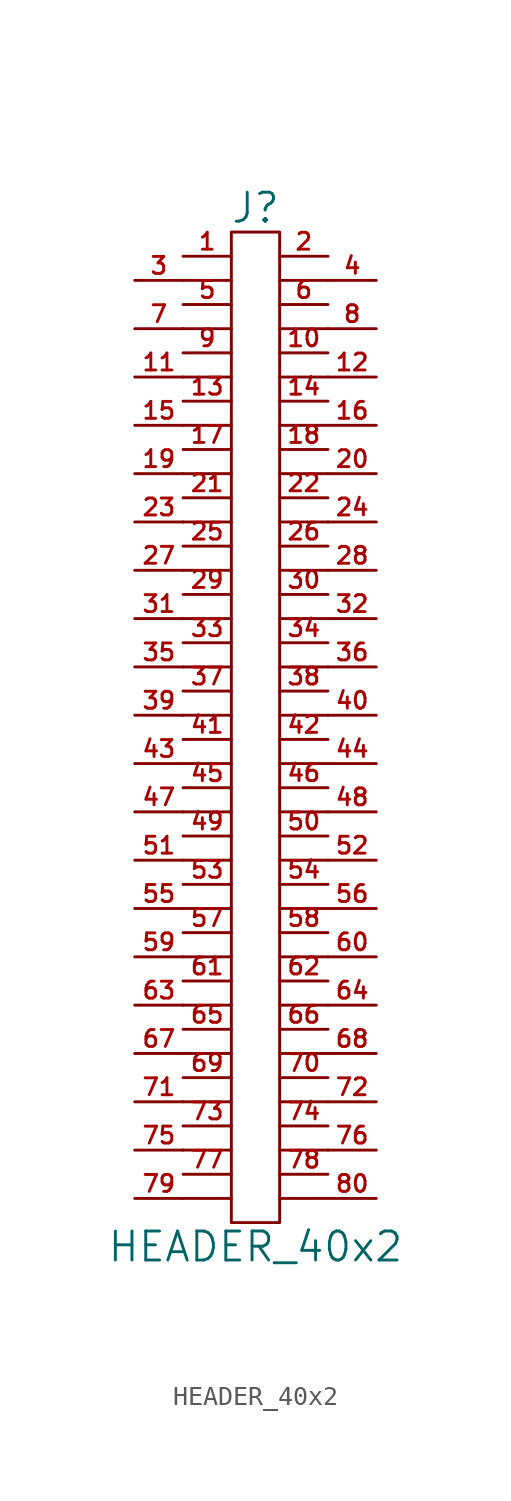
<source format=kicad_sym>
(kicad_symbol_lib
  (version 20201005)
  (generator kicad_symbol_editor)
  (symbol "HEADER_40x2"
    (pin_names
      (offset 0))
    (property "Reference" "J"
      (at 0 26.67 0)
      (effects (font (size 1.524 1.524))))
    (property "Value" "HEADER_40x2"
      (at 0 -27.94 0)
      (effects (font (size 1.524 1.524))))
    (property "Footprint" ""
      (at 0 0 0)
      (effects (font (size 1.524 1.524))))
    (property "Datasheet" ""
      (at 0 0 0)
      (effects (font (size 1.524 1.524))))
    (symbol "HEADER_40x2_0_1"
      (rectangle (start -1.27 25.4) (end 1.27 -26.67) (stroke (width 0)) (fill (type none)))
      (polyline (pts (xy -3.81 -25.4) (xy -1.27 -25.4)) (stroke (width 0)) (fill (type none)))
      (polyline (pts (xy -3.81 -22.86) (xy -1.27 -22.86)) (stroke (width 0)) (fill (type none)))
      (polyline (pts (xy -3.81 -20.32) (xy -1.27 -20.32)) (stroke (width 0)) (fill (type none)))
      (polyline (pts (xy -3.81 -17.78) (xy -1.27 -17.78)) (stroke (width 0)) (fill (type none)))
      (polyline (pts (xy -3.81 -15.24) (xy -1.27 -15.24)) (stroke (width 0)) (fill (type none)))
      (polyline (pts (xy -3.81 -12.7) (xy -1.27 -12.7)) (stroke (width 0)) (fill (type none)))
      (polyline (pts (xy -3.81 -10.16) (xy -1.27 -10.16)) (stroke (width 0)) (fill (type none)))
      (polyline (pts (xy -3.81 -7.62) (xy -1.27 -7.62)) (stroke (width 0)) (fill (type none)))
      (polyline (pts (xy -3.81 -5.08) (xy -1.27 -5.08)) (stroke (width 0)) (fill (type none)))
      (polyline (pts (xy -3.81 -2.54) (xy -1.27 -2.54)) (stroke (width 0)) (fill (type none)))
      (polyline (pts (xy -3.81 0) (xy -1.27 0)) (stroke (width 0)) (fill (type none)))
      (polyline (pts (xy -3.81 2.54) (xy -1.27 2.54)) (stroke (width 0)) (fill (type none)))
      (polyline (pts (xy -3.81 5.08) (xy -1.27 5.08)) (stroke (width 0)) (fill (type none)))
      (polyline (pts (xy -3.81 7.62) (xy -1.27 7.62)) (stroke (width 0)) (fill (type none)))
      (polyline (pts (xy -3.81 10.16) (xy -1.27 10.16)) (stroke (width 0)) (fill (type none)))
      (polyline (pts (xy -3.81 12.7) (xy -1.27 12.7)) (stroke (width 0)) (fill (type none)))
      (polyline (pts (xy -3.81 15.24) (xy -1.27 15.24)) (stroke (width 0)) (fill (type none)))
      (polyline (pts (xy -3.81 17.78) (xy -1.27 17.78)) (stroke (width 0)) (fill (type none)))
      (polyline (pts (xy -3.81 20.32) (xy -1.27 20.32)) (stroke (width 0)) (fill (type none)))
      (polyline (pts (xy -3.81 22.86) (xy -1.27 22.86)) (stroke (width 0)) (fill (type none)))
      (polyline (pts (xy 1.27 -25.4) (xy 3.81 -25.4)) (stroke (width 0)) (fill (type none)))
      (polyline (pts (xy 1.27 -22.86) (xy 3.81 -22.86)) (stroke (width 0)) (fill (type none)))
      (polyline (pts (xy 1.27 -20.32) (xy 3.81 -20.32)) (stroke (width 0)) (fill (type none)))
      (polyline (pts (xy 1.27 -17.78) (xy 3.81 -17.78)) (stroke (width 0)) (fill (type none)))
      (polyline (pts (xy 1.27 -15.24) (xy 3.81 -15.24)) (stroke (width 0)) (fill (type none)))
      (polyline (pts (xy 1.27 -12.7) (xy 3.81 -12.7)) (stroke (width 0)) (fill (type none)))
      (polyline (pts (xy 1.27 -10.16) (xy 3.81 -10.16)) (stroke (width 0)) (fill (type none)))
      (polyline (pts (xy 1.27 -7.62) (xy 3.81 -7.62)) (stroke (width 0)) (fill (type none)))
      (polyline (pts (xy 1.27 -5.08) (xy 3.81 -5.08)) (stroke (width 0)) (fill (type none)))
      (polyline (pts (xy 1.27 -2.54) (xy 3.81 -2.54)) (stroke (width 0)) (fill (type none)))
      (polyline (pts (xy 1.27 0) (xy 3.81 0)) (stroke (width 0)) (fill (type none)))
      (polyline (pts (xy 1.27 2.54) (xy 3.81 2.54)) (stroke (width 0)) (fill (type none)))
      (polyline (pts (xy 1.27 5.08) (xy 3.81 5.08)) (stroke (width 0)) (fill (type none)))
      (polyline (pts (xy 1.27 7.62) (xy 3.81 7.62)) (stroke (width 0)) (fill (type none)))
      (polyline (pts (xy 1.27 10.16) (xy 3.81 10.16)) (stroke (width 0)) (fill (type none)))
      (polyline (pts (xy 1.27 12.7) (xy 3.81 12.7)) (stroke (width 0)) (fill (type none)))
      (polyline (pts (xy 1.27 15.24) (xy 3.81 15.24)) (stroke (width 0)) (fill (type none)))
      (polyline (pts (xy 1.27 17.78) (xy 3.81 17.78)) (stroke (width 0)) (fill (type none)))
      (polyline (pts (xy 1.27 20.32) (xy 3.81 20.32)) (stroke (width 0)) (fill (type none)))
      (polyline (pts (xy 1.27 22.86) (xy 3.81 22.86)) (stroke (width 0)) (fill (type none))))
    (symbol "HEADER_40x2_1_1"
      (pin passive line (at -3.81 24.13 0) (length 2.54) (name "~" (effects (font (size 1.27 1.27)))) (number "1" (effects (font (size 0.889 0.889)))))
      (pin passive line (at 3.81 19.05 180) (length 2.54) (name "~" (effects (font (size 1.27 1.27)))) (number "10" (effects (font (size 0.889 0.889)))))
      (pin passive line (at -6.35 17.78 0) (length 2.54) (name "~" (effects (font (size 1.27 1.27)))) (number "11" (effects (font (size 0.889 0.889)))))
      (pin passive line (at 6.35 17.78 180) (length 2.54) (name "~" (effects (font (size 1.27 1.27)))) (number "12" (effects (font (size 0.889 0.889)))))
      (pin passive line (at -3.81 16.51 0) (length 2.54) (name "~" (effects (font (size 1.27 1.27)))) (number "13" (effects (font (size 0.889 0.889)))))
      (pin passive line (at 3.81 16.51 180) (length 2.54) (name "~" (effects (font (size 1.27 1.27)))) (number "14" (effects (font (size 0.889 0.889)))))
      (pin passive line (at -6.35 15.24 0) (length 2.54) (name "~" (effects (font (size 1.27 1.27)))) (number "15" (effects (font (size 0.889 0.889)))))
      (pin passive line (at 6.35 15.24 180) (length 2.54) (name "~" (effects (font (size 1.27 1.27)))) (number "16" (effects (font (size 0.889 0.889)))))
      (pin passive line (at -3.81 13.97 0) (length 2.54) (name "~" (effects (font (size 1.27 1.27)))) (number "17" (effects (font (size 0.889 0.889)))))
      (pin passive line (at 3.81 13.97 180) (length 2.54) (name "~" (effects (font (size 1.27 1.27)))) (number "18" (effects (font (size 0.889 0.889)))))
      (pin passive line (at -6.35 12.7 0) (length 2.54) (name "~" (effects (font (size 1.27 1.27)))) (number "19" (effects (font (size 0.889 0.889)))))
      (pin passive line (at 3.81 24.13 180) (length 2.54) (name "~" (effects (font (size 1.27 1.27)))) (number "2" (effects (font (size 0.889 0.889)))))
      (pin passive line (at 6.35 12.7 180) (length 2.54) (name "~" (effects (font (size 1.27 1.27)))) (number "20" (effects (font (size 0.889 0.889)))))
      (pin passive line (at -3.81 11.43 0) (length 2.54) (name "~" (effects (font (size 1.27 1.27)))) (number "21" (effects (font (size 0.889 0.889)))))
      (pin passive line (at 3.81 11.43 180) (length 2.54) (name "~" (effects (font (size 1.27 1.27)))) (number "22" (effects (font (size 0.889 0.889)))))
      (pin passive line (at -6.35 10.16 0) (length 2.54) (name "~" (effects (font (size 1.27 1.27)))) (number "23" (effects (font (size 0.889 0.889)))))
      (pin passive line (at 6.35 10.16 180) (length 2.54) (name "~" (effects (font (size 1.27 1.27)))) (number "24" (effects (font (size 0.889 0.889)))))
      (pin passive line (at -3.81 8.89 0) (length 2.54) (name "~" (effects (font (size 1.27 1.27)))) (number "25" (effects (font (size 0.889 0.889)))))
      (pin passive line (at 3.81 8.89 180) (length 2.54) (name "~" (effects (font (size 1.27 1.27)))) (number "26" (effects (font (size 0.889 0.889)))))
      (pin passive line (at -6.35 7.62 0) (length 2.54) (name "~" (effects (font (size 1.27 1.27)))) (number "27" (effects (font (size 0.889 0.889)))))
      (pin passive line (at 6.35 7.62 180) (length 2.54) (name "~" (effects (font (size 1.27 1.27)))) (number "28" (effects (font (size 0.889 0.889)))))
      (pin passive line (at -3.81 6.35 0) (length 2.54) (name "~" (effects (font (size 1.27 1.27)))) (number "29" (effects (font (size 0.889 0.889)))))
      (pin passive line (at -6.35 22.86 0) (length 2.54) (name "~" (effects (font (size 1.27 1.27)))) (number "3" (effects (font (size 0.889 0.889)))))
      (pin passive line (at 3.81 6.35 180) (length 2.54) (name "~" (effects (font (size 1.27 1.27)))) (number "30" (effects (font (size 0.889 0.889)))))
      (pin passive line (at -6.35 5.08 0) (length 2.54) (name "~" (effects (font (size 1.27 1.27)))) (number "31" (effects (font (size 0.889 0.889)))))
      (pin passive line (at 6.35 5.08 180) (length 2.54) (name "~" (effects (font (size 1.27 1.27)))) (number "32" (effects (font (size 0.889 0.889)))))
      (pin passive line (at -3.81 3.81 0) (length 2.54) (name "~" (effects (font (size 1.27 1.27)))) (number "33" (effects (font (size 0.889 0.889)))))
      (pin passive line (at 3.81 3.81 180) (length 2.54) (name "~" (effects (font (size 1.27 1.27)))) (number "34" (effects (font (size 0.889 0.889)))))
      (pin passive line (at -6.35 2.54 0) (length 2.54) (name "~" (effects (font (size 1.27 1.27)))) (number "35" (effects (font (size 0.889 0.889)))))
      (pin passive line (at 6.35 2.54 180) (length 2.54) (name "~" (effects (font (size 1.27 1.27)))) (number "36" (effects (font (size 0.889 0.889)))))
      (pin passive line (at -3.81 1.27 0) (length 2.54) (name "~" (effects (font (size 0.889 0.889)))) (number "37" (effects (font (size 0.889 0.889)))))
      (pin passive line (at 3.81 1.27 180) (length 2.54) (name "~" (effects (font (size 1.27 1.27)))) (number "38" (effects (font (size 0.889 0.889)))))
      (pin passive line (at -6.35 0 0) (length 2.54) (name "~" (effects (font (size 1.27 1.27)))) (number "39" (effects (font (size 0.889 0.889)))))
      (pin passive line (at 6.35 22.86 180) (length 2.54) (name "~" (effects (font (size 1.27 1.27)))) (number "4" (effects (font (size 0.889 0.889)))))
      (pin passive line (at 6.35 0 180) (length 2.54) (name "~" (effects (font (size 1.27 1.27)))) (number "40" (effects (font (size 0.889 0.889)))))
      (pin passive line (at -3.81 -1.27 0) (length 2.54) (name "~" (effects (font (size 1.27 1.27)))) (number "41" (effects (font (size 0.889 0.889)))))
      (pin passive line (at 3.81 -1.27 180) (length 2.54) (name "~" (effects (font (size 1.27 1.27)))) (number "42" (effects (font (size 0.889 0.889)))))
      (pin passive line (at -6.35 -2.54 0) (length 2.54) (name "~" (effects (font (size 1.27 1.27)))) (number "43" (effects (font (size 0.889 0.889)))))
      (pin passive line (at 6.35 -2.54 180) (length 2.54) (name "~" (effects (font (size 1.27 1.27)))) (number "44" (effects (font (size 0.889 0.889)))))
      (pin passive line (at -3.81 -3.81 0) (length 2.54) (name "~" (effects (font (size 1.27 1.27)))) (number "45" (effects (font (size 0.889 0.889)))))
      (pin passive line (at 3.81 -3.81 180) (length 2.54) (name "~" (effects (font (size 1.27 1.27)))) (number "46" (effects (font (size 0.889 0.889)))))
      (pin passive line (at -6.35 -5.08 0) (length 2.54) (name "~" (effects (font (size 1.27 1.27)))) (number "47" (effects (font (size 0.889 0.889)))))
      (pin passive line (at 6.35 -5.08 180) (length 2.54) (name "~" (effects (font (size 1.27 1.27)))) (number "48" (effects (font (size 0.889 0.889)))))
      (pin passive line (at -3.81 -6.35 0) (length 2.54) (name "~" (effects (font (size 1.27 1.27)))) (number "49" (effects (font (size 0.889 0.889)))))
      (pin passive line (at -3.81 21.59 0) (length 2.54) (name "~" (effects (font (size 1.27 1.27)))) (number "5" (effects (font (size 0.889 0.889)))))
      (pin passive line (at 3.81 -6.35 180) (length 2.54) (name "~" (effects (font (size 1.27 1.27)))) (number "50" (effects (font (size 0.889 0.889)))))
      (pin passive line (at -6.35 -7.62 0) (length 2.54) (name "~" (effects (font (size 1.27 1.27)))) (number "51" (effects (font (size 0.889 0.889)))))
      (pin passive line (at 6.35 -7.62 180) (length 2.54) (name "~" (effects (font (size 1.27 1.27)))) (number "52" (effects (font (size 0.889 0.889)))))
      (pin passive line (at -3.81 -8.89 0) (length 2.54) (name "~" (effects (font (size 1.27 1.27)))) (number "53" (effects (font (size 0.889 0.889)))))
      (pin passive line (at 3.81 -8.89 180) (length 2.54) (name "~" (effects (font (size 1.27 1.27)))) (number "54" (effects (font (size 0.889 0.889)))))
      (pin passive line (at -6.35 -10.16 0) (length 2.54) (name "~" (effects (font (size 1.27 1.27)))) (number "55" (effects (font (size 0.889 0.889)))))
      (pin passive line (at 6.35 -10.16 180) (length 2.54) (name "~" (effects (font (size 1.27 1.27)))) (number "56" (effects (font (size 0.889 0.889)))))
      (pin passive line (at -3.81 -11.43 0) (length 2.54) (name "~" (effects (font (size 1.27 1.27)))) (number "57" (effects (font (size 0.889 0.889)))))
      (pin passive line (at 3.81 -11.43 180) (length 2.54) (name "~" (effects (font (size 1.27 1.27)))) (number "58" (effects (font (size 0.889 0.889)))))
      (pin passive line (at -6.35 -12.7 0) (length 2.54) (name "~" (effects (font (size 1.27 1.27)))) (number "59" (effects (font (size 0.889 0.889)))))
      (pin passive line (at 3.81 21.59 180) (length 2.54) (name "~" (effects (font (size 1.27 1.27)))) (number "6" (effects (font (size 0.889 0.889)))))
      (pin passive line (at 6.35 -12.7 180) (length 2.54) (name "~" (effects (font (size 1.27 1.27)))) (number "60" (effects (font (size 0.889 0.889)))))
      (pin passive line (at -3.81 -13.97 0) (length 2.54) (name "~" (effects (font (size 1.27 1.27)))) (number "61" (effects (font (size 0.889 0.889)))))
      (pin passive line (at 3.81 -13.97 180) (length 2.54) (name "~" (effects (font (size 1.27 1.27)))) (number "62" (effects (font (size 0.889 0.889)))))
      (pin passive line (at -6.35 -15.24 0) (length 2.54) (name "~" (effects (font (size 1.27 1.27)))) (number "63" (effects (font (size 0.889 0.889)))))
      (pin passive line (at 6.35 -15.24 180) (length 2.54) (name "~" (effects (font (size 1.27 1.27)))) (number "64" (effects (font (size 0.889 0.889)))))
      (pin passive line (at -3.81 -16.51 0) (length 2.54) (name "~" (effects (font (size 1.27 1.27)))) (number "65" (effects (font (size 0.889 0.889)))))
      (pin passive line (at 3.81 -16.51 180) (length 2.54) (name "~" (effects (font (size 1.27 1.27)))) (number "66" (effects (font (size 0.889 0.889)))))
      (pin passive line (at -6.35 -17.78 0) (length 2.54) (name "~" (effects (font (size 1.27 1.27)))) (number "67" (effects (font (size 0.889 0.889)))))
      (pin passive line (at 6.35 -17.78 180) (length 2.54) (name "~" (effects (font (size 1.27 1.27)))) (number "68" (effects (font (size 0.889 0.889)))))
      (pin passive line (at -3.81 -19.05 0) (length 2.54) (name "~" (effects (font (size 1.27 1.27)))) (number "69" (effects (font (size 0.889 0.889)))))
      (pin passive line (at -6.35 20.32 0) (length 2.54) (name "~" (effects (font (size 1.27 1.27)))) (number "7" (effects (font (size 0.889 0.889)))))
      (pin passive line (at 3.81 -19.05 180) (length 2.54) (name "~" (effects (font (size 1.27 1.27)))) (number "70" (effects (font (size 0.889 0.889)))))
      (pin passive line (at -6.35 -20.32 0) (length 2.54) (name "~" (effects (font (size 1.27 1.27)))) (number "71" (effects (font (size 0.889 0.889)))))
      (pin passive line (at 6.35 -20.32 180) (length 2.54) (name "~" (effects (font (size 1.27 1.27)))) (number "72" (effects (font (size 0.889 0.889)))))
      (pin passive line (at -3.81 -21.59 0) (length 2.54) (name "~" (effects (font (size 1.27 1.27)))) (number "73" (effects (font (size 0.889 0.889)))))
      (pin passive line (at 3.81 -21.59 180) (length 2.54) (name "~" (effects (font (size 1.27 1.27)))) (number "74" (effects (font (size 0.889 0.889)))))
      (pin passive line (at -6.35 -22.86 0) (length 2.54) (name "~" (effects (font (size 1.27 1.27)))) (number "75" (effects (font (size 0.889 0.889)))))
      (pin passive line (at 6.35 -22.86 180) (length 2.54) (name "~" (effects (font (size 1.27 1.27)))) (number "76" (effects (font (size 0.889 0.889)))))
      (pin passive line (at -3.81 -24.13 0) (length 2.54) (name "~" (effects (font (size 1.27 1.27)))) (number "77" (effects (font (size 0.889 0.889)))))
      (pin passive line (at 3.81 -24.13 180) (length 2.54) (name "~" (effects (font (size 1.27 1.27)))) (number "78" (effects (font (size 0.889 0.889)))))
      (pin passive line (at -6.35 -25.4 0) (length 2.54) (name "~" (effects (font (size 1.27 1.27)))) (number "79" (effects (font (size 0.889 0.889)))))
      (pin passive line (at 6.35 20.32 180) (length 2.54) (name "~" (effects (font (size 1.27 1.27)))) (number "8" (effects (font (size 0.889 0.889)))))
      (pin passive line (at 6.35 -25.4 180) (length 2.54) (name "~" (effects (font (size 1.27 1.27)))) (number "80" (effects (font (size 0.889 0.889)))))
      (pin passive line (at -3.81 19.05 0) (length 2.54) (name "~" (effects (font (size 1.27 1.27)))) (number "9" (effects (font (size 0.889 0.889))))))))
</source>
